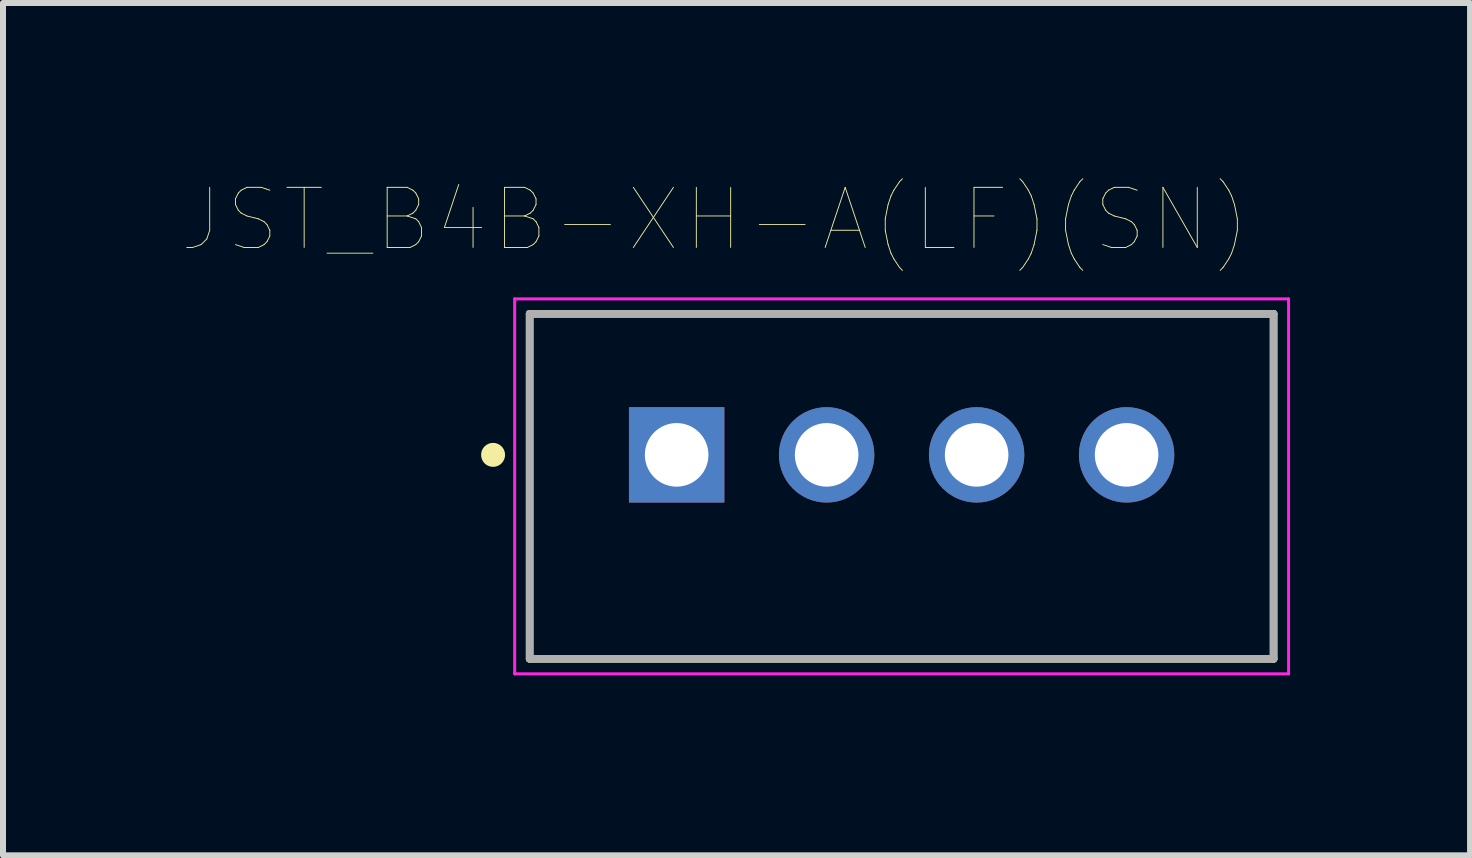
<source format=kicad_pcb>
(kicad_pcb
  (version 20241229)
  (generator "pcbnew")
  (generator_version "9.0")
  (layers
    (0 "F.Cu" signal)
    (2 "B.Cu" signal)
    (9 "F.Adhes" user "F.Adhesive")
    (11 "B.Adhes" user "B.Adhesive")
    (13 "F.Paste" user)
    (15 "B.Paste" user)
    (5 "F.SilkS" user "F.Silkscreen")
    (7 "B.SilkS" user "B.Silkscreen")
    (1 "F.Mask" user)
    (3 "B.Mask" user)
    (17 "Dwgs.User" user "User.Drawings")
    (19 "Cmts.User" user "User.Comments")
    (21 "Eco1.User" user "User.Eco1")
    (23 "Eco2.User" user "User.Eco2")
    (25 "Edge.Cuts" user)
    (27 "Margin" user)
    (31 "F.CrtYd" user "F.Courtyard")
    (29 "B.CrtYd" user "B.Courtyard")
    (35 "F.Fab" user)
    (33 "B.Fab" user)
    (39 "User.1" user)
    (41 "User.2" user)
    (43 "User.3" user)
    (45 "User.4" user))
  (footprint "JST_B4B-XH-A(LF)(SN)"
    (layer "F.Cu")
    (at 8.229 4.532)
    (property "Reference" "JST_B4B-XH-A(LF)(SN)" (at 0.638 -3.92 0) (layer "F.SilkS") (effects (font (size 1.002 1.002) (thickness 0.015))))
    (attr through_hole)
    (fp_line (start -2.45 -2.35) (end -2.45 3.4) (stroke (width 0.127) (type solid)) (layer "F.SilkS"))
    (fp_line (start -2.45 3.4) (end 9.95 3.4) (stroke (width 0.127) (type solid)) (layer "F.SilkS"))
    (fp_line (start 9.95 -2.35) (end -2.45 -2.35) (stroke (width 0.127) (type solid)) (layer "F.SilkS"))
    (fp_line (start 9.95 3.4) (end 9.95 -2.35) (stroke (width 0.127) (type solid)) (layer "F.SilkS"))
    (fp_circle (center -3.06 0) (end -2.96 0) (stroke (width 0.2) (type solid)) (fill no) (layer "F.SilkS"))
    (fp_line (start -2.7 -2.6) (end 10.2 -2.6) (stroke (width 0.05) (type solid)) (layer "F.CrtYd"))
    (fp_line (start -2.7 3.65) (end -2.7 -2.6) (stroke (width 0.05) (type solid)) (layer "F.CrtYd"))
    (fp_line (start 10.2 -2.6) (end 10.2 3.65) (stroke (width 0.05) (type solid)) (layer "F.CrtYd"))
    (fp_line (start 10.2 3.65) (end -2.7 3.65) (stroke (width 0.05) (type solid)) (layer "F.CrtYd"))
    (fp_line (start -2.45 -2.35) (end -2.45 3.4) (stroke (width 0.127) (type solid)) (layer "F.Fab"))
    (fp_line (start -2.45 3.4) (end 9.95 3.4) (stroke (width 0.127) (type solid)) (layer "F.Fab"))
    (fp_line (start 9.95 -2.35) (end -2.45 -2.35) (stroke (width 0.127) (type solid)) (layer "F.Fab"))
    (fp_line (start 9.95 3.4) (end 9.95 -2.35) (stroke (width 0.127) (type solid)) (layer "F.Fab"))
    (pad "1" thru_hole rect (at 0 0) (size 1.59 1.59) (drill 1.06) (layers "*.Cu" "*.Mask"))
    (pad "2" thru_hole circle (at 2.5 0) (size 1.59 1.59) (drill 1.06) (layers "*.Cu" "*.Mask"))
    (pad "3" thru_hole circle (at 5 0) (size 1.59 1.59) (drill 1.06) (layers "*.Cu" "*.Mask"))
    (pad "4" thru_hole circle (at 7.5 0) (size 1.59 1.59) (drill 1.06) (layers "*.Cu" "*.Mask")))
  (gr_rect
    (start -3 -3)
    (end 21.454 11.207)
    (stroke (width 0.1) (type default))
    (fill no)
    (layer "Edge.Cuts")))
</source>
